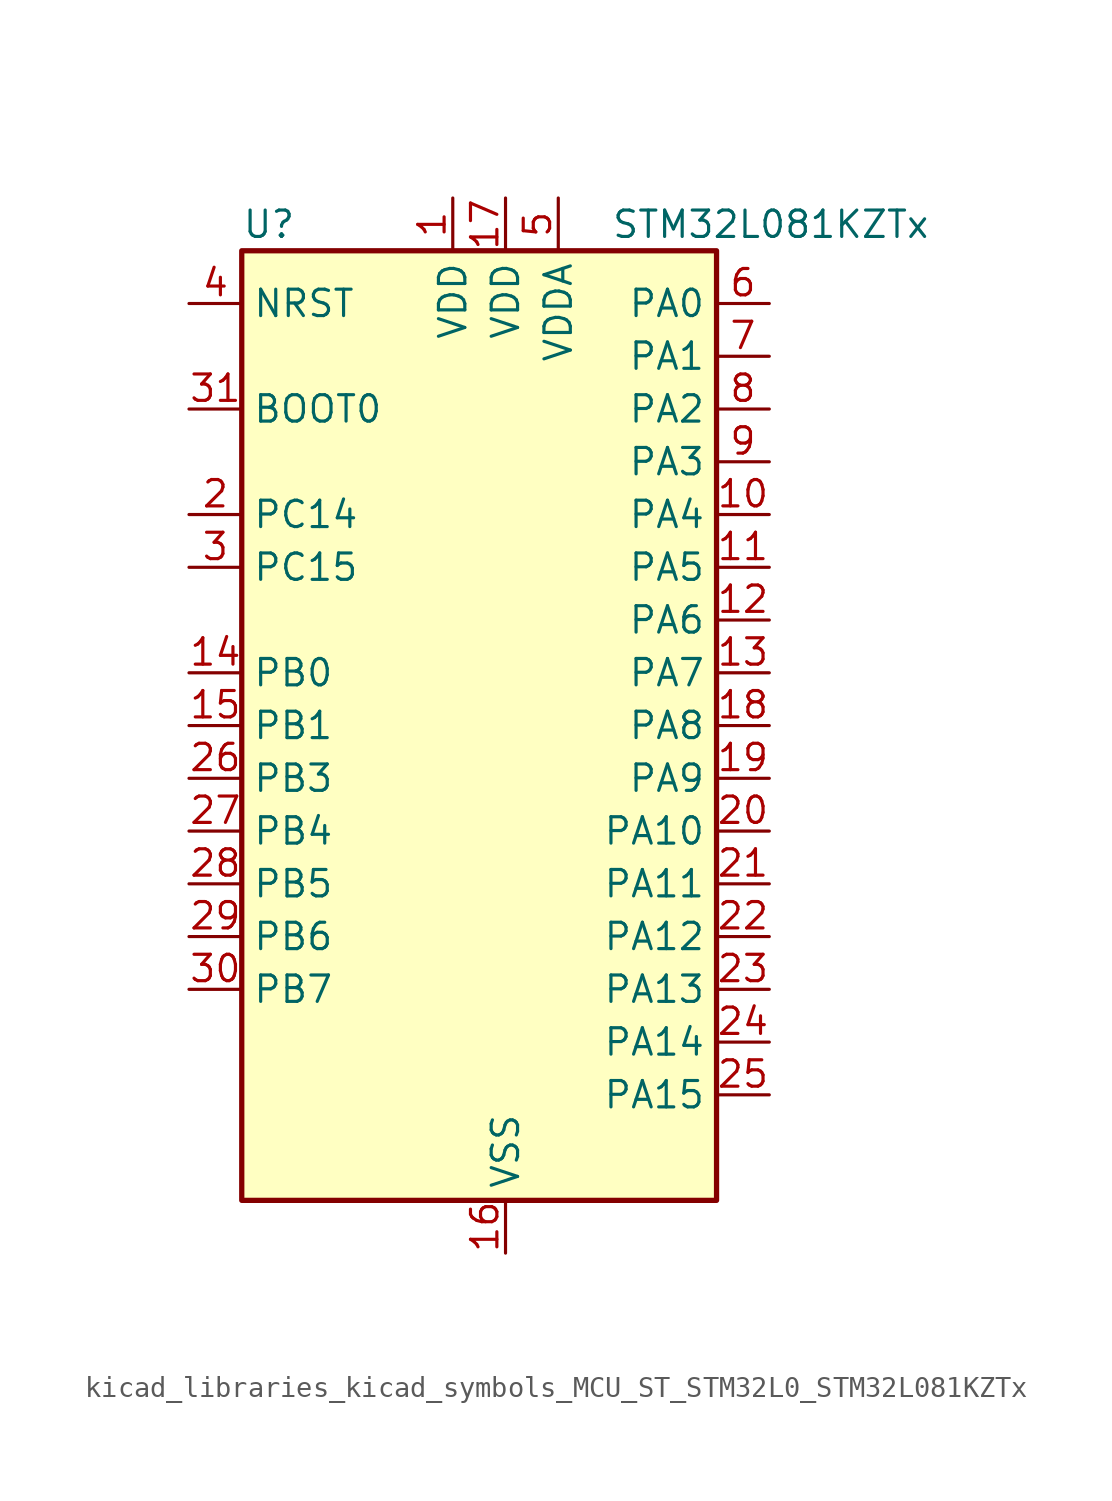
<source format=kicad_sym>
(kicad_symbol_lib
  (version 20220914)
  (generator kicad_symbol_editor)
  (symbol "kicad_libraries_kicad_symbols_MCU_ST_STM32L0_STM32L081KZTx"
    (property "Reference" "U"
      (at -10.16 24.13 0)
      (effects (font (size 1.27 1.27)) (justify left)))
    (property "Value" "STM32L081KZTx"
      (at 7.62 24.13 0)
      (effects (font (size 1.27 1.27)) (justify left)))
    (property "ki_locked" ""
      (at 0 0 0)
      (effects (font (size 1.27 1.27))))
    (symbol "kicad_libraries_kicad_symbols_MCU_ST_STM32L0_STM32L081KZTx_0_1"
      (rectangle (start -10.16 -22.86) (end 12.7 22.86) (stroke (width 0.254) (type default)) (fill (type background))))
    (symbol "kicad_libraries_kicad_symbols_MCU_ST_STM32L0_STM32L081KZTx_1_1"
      (pin power_in line (at 0 25.4 270) (length 2.54) (name "VDD" (effects (font (size 1.27 1.27)))) (number "1" (effects (font (size 1.27 1.27)))))
      (pin bidirectional line (at 15.24 10.16 180) (length 2.54) (name "PA4" (effects (font (size 1.27 1.27)))) (number "10" (effects (font (size 1.27 1.27)))) (alternate "ADC_IN4" bidirectional line) (alternate "COMP1_INM" bidirectional line) (alternate "COMP2_INM" bidirectional line) (alternate "SPI1_NSS" bidirectional line) (alternate "TIM22_ETR" bidirectional line) (alternate "USART2_CK" bidirectional line))
      (pin bidirectional line (at 15.24 7.62 180) (length 2.54) (name "PA5" (effects (font (size 1.27 1.27)))) (number "11" (effects (font (size 1.27 1.27)))) (alternate "ADC_IN5" bidirectional line) (alternate "COMP1_INM" bidirectional line) (alternate "COMP2_INM" bidirectional line) (alternate "SPI1_SCK" bidirectional line) (alternate "TIM2_CH1" bidirectional line) (alternate "TIM2_ETR" bidirectional line))
      (pin bidirectional line (at 15.24 5.08 180) (length 2.54) (name "PA6" (effects (font (size 1.27 1.27)))) (number "12" (effects (font (size 1.27 1.27)))) (alternate "ADC_IN6" bidirectional line) (alternate "COMP1_OUT" bidirectional line) (alternate "LPUART1_CTS" bidirectional line) (alternate "SPI1_MISO" bidirectional line) (alternate "TIM22_CH1" bidirectional line) (alternate "TIM3_CH1" bidirectional line))
      (pin bidirectional line (at 15.24 2.54 180) (length 2.54) (name "PA7" (effects (font (size 1.27 1.27)))) (number "13" (effects (font (size 1.27 1.27)))) (alternate "ADC_IN7" bidirectional line) (alternate "COMP2_OUT" bidirectional line) (alternate "SPI1_MOSI" bidirectional line) (alternate "TIM22_CH2" bidirectional line) (alternate "TIM3_CH2" bidirectional line))
      (pin bidirectional line (at -12.7 2.54 0) (length 2.54) (name "PB0" (effects (font (size 1.27 1.27)))) (number "14" (effects (font (size 1.27 1.27)))) (alternate "ADC_IN8" bidirectional line) (alternate "SYS_VREF_OUT_PB0" bidirectional line) (alternate "TIM3_CH3" bidirectional line))
      (pin bidirectional line (at -12.7 0 0) (length 2.54) (name "PB1" (effects (font (size 1.27 1.27)))) (number "15" (effects (font (size 1.27 1.27)))) (alternate "ADC_IN9" bidirectional line) (alternate "LPUART1_DE" bidirectional line) (alternate "LPUART1_RTS" bidirectional line) (alternate "SYS_VREF_OUT_PB1" bidirectional line) (alternate "TIM3_CH4" bidirectional line))
      (pin power_in line (at 2.54 -25.4 90) (length 2.54) (name "VSS" (effects (font (size 1.27 1.27)))) (number "16" (effects (font (size 1.27 1.27)))))
      (pin power_in line (at 2.54 25.4 270) (length 2.54) (name "VDD" (effects (font (size 1.27 1.27)))) (number "17" (effects (font (size 1.27 1.27)))))
      (pin bidirectional line (at 15.24 0 180) (length 2.54) (name "PA8" (effects (font (size 1.27 1.27)))) (number "18" (effects (font (size 1.27 1.27)))) (alternate "I2C3_SCL" bidirectional line) (alternate "RCC_MCO" bidirectional line) (alternate "USART1_CK" bidirectional line))
      (pin bidirectional line (at 15.24 -2.54 180) (length 2.54) (name "PA9" (effects (font (size 1.27 1.27)))) (number "19" (effects (font (size 1.27 1.27)))) (alternate "I2C1_SCL" bidirectional line) (alternate "I2C3_SMBA" bidirectional line) (alternate "RCC_MCO" bidirectional line) (alternate "USART1_TX" bidirectional line))
      (pin bidirectional line (at -12.7 10.16 0) (length 2.54) (name "PC14" (effects (font (size 1.27 1.27)))) (number "2" (effects (font (size 1.27 1.27)))) (alternate "RCC_OSC32_IN" bidirectional line))
      (pin bidirectional line (at 15.24 -5.08 180) (length 2.54) (name "PA10" (effects (font (size 1.27 1.27)))) (number "20" (effects (font (size 1.27 1.27)))) (alternate "I2C1_SDA" bidirectional line) (alternate "USART1_RX" bidirectional line))
      (pin bidirectional line (at 15.24 -7.62 180) (length 2.54) (name "PA11" (effects (font (size 1.27 1.27)))) (number "21" (effects (font (size 1.27 1.27)))) (alternate "ADC_EXTI11" bidirectional line) (alternate "COMP1_OUT" bidirectional line) (alternate "SPI1_MISO" bidirectional line) (alternate "USART1_CTS" bidirectional line))
      (pin bidirectional line (at 15.24 -10.16 180) (length 2.54) (name "PA12" (effects (font (size 1.27 1.27)))) (number "22" (effects (font (size 1.27 1.27)))) (alternate "COMP2_OUT" bidirectional line) (alternate "SPI1_MOSI" bidirectional line) (alternate "USART1_DE" bidirectional line) (alternate "USART1_RTS" bidirectional line))
      (pin bidirectional line (at 15.24 -12.7 180) (length 2.54) (name "PA13" (effects (font (size 1.27 1.27)))) (number "23" (effects (font (size 1.27 1.27)))) (alternate "LPUART1_RX" bidirectional line) (alternate "SYS_SWDIO" bidirectional line))
      (pin bidirectional line (at 15.24 -15.24 180) (length 2.54) (name "PA14" (effects (font (size 1.27 1.27)))) (number "24" (effects (font (size 1.27 1.27)))) (alternate "LPUART1_TX" bidirectional line) (alternate "SYS_SWCLK" bidirectional line) (alternate "USART2_TX" bidirectional line))
      (pin bidirectional line (at 15.24 -17.78 180) (length 2.54) (name "PA15" (effects (font (size 1.27 1.27)))) (number "25" (effects (font (size 1.27 1.27)))) (alternate "SPI1_NSS" bidirectional line) (alternate "TIM2_CH1" bidirectional line) (alternate "TIM2_ETR" bidirectional line) (alternate "USART2_RX" bidirectional line) (alternate "USART4_DE" bidirectional line) (alternate "USART4_RTS" bidirectional line))
      (pin bidirectional line (at -12.7 -2.54 0) (length 2.54) (name "PB3" (effects (font (size 1.27 1.27)))) (number "26" (effects (font (size 1.27 1.27)))) (alternate "COMP2_INM" bidirectional line) (alternate "SPI1_SCK" bidirectional line) (alternate "TIM2_CH2" bidirectional line) (alternate "USART1_DE" bidirectional line) (alternate "USART1_RTS" bidirectional line) (alternate "USART5_TX" bidirectional line))
      (pin bidirectional line (at -12.7 -5.08 0) (length 2.54) (name "PB4" (effects (font (size 1.27 1.27)))) (number "27" (effects (font (size 1.27 1.27)))) (alternate "COMP2_INP" bidirectional line) (alternate "I2C3_SDA" bidirectional line) (alternate "SPI1_MISO" bidirectional line) (alternate "TIM22_CH1" bidirectional line) (alternate "TIM3_CH1" bidirectional line) (alternate "USART1_CTS" bidirectional line) (alternate "USART5_RX" bidirectional line))
      (pin bidirectional line (at -12.7 -7.62 0) (length 2.54) (name "PB5" (effects (font (size 1.27 1.27)))) (number "28" (effects (font (size 1.27 1.27)))) (alternate "COMP2_INP" bidirectional line) (alternate "I2C1_SMBA" bidirectional line) (alternate "LPTIM1_IN1" bidirectional line) (alternate "SPI1_MOSI" bidirectional line) (alternate "TIM22_CH2" bidirectional line) (alternate "TIM3_CH2" bidirectional line) (alternate "USART1_CK" bidirectional line) (alternate "USART5_CK" bidirectional line) (alternate "USART5_DE" bidirectional line) (alternate "USART5_RTS" bidirectional line))
      (pin bidirectional line (at -12.7 -10.16 0) (length 2.54) (name "PB6" (effects (font (size 1.27 1.27)))) (number "29" (effects (font (size 1.27 1.27)))) (alternate "COMP2_INP" bidirectional line) (alternate "I2C1_SCL" bidirectional line) (alternate "LPTIM1_ETR" bidirectional line) (alternate "USART1_TX" bidirectional line))
      (pin bidirectional line (at -12.7 7.62 0) (length 2.54) (name "PC15" (effects (font (size 1.27 1.27)))) (number "3" (effects (font (size 1.27 1.27)))) (alternate "RCC_OSC32_OUT" bidirectional line))
      (pin bidirectional line (at -12.7 -12.7 0) (length 2.54) (name "PB7" (effects (font (size 1.27 1.27)))) (number "30" (effects (font (size 1.27 1.27)))) (alternate "COMP2_INP" bidirectional line) (alternate "I2C1_SDA" bidirectional line) (alternate "LPTIM1_IN2" bidirectional line) (alternate "SYS_PVD_IN" bidirectional line) (alternate "USART1_RX" bidirectional line) (alternate "USART4_CTS" bidirectional line))
      (pin input line (at -12.7 15.24 0) (length 2.54) (name "BOOT0" (effects (font (size 1.27 1.27)))) (number "31" (effects (font (size 1.27 1.27)))))
      (pin passive line (at 2.54 -25.4 90) (length 2.54) hide (name "VSS" (effects (font (size 1.27 1.27)))) (number "32" (effects (font (size 1.27 1.27)))))
      (pin input line (at -12.7 20.32 0) (length 2.54) (name "NRST" (effects (font (size 1.27 1.27)))) (number "4" (effects (font (size 1.27 1.27)))))
      (pin power_in line (at 5.08 25.4 270) (length 2.54) (name "VDDA" (effects (font (size 1.27 1.27)))) (number "5" (effects (font (size 1.27 1.27)))))
      (pin bidirectional line (at 15.24 20.32 180) (length 2.54) (name "PA0" (effects (font (size 1.27 1.27)))) (number "6" (effects (font (size 1.27 1.27)))) (alternate "ADC_IN0" bidirectional line) (alternate "COMP1_INM" bidirectional line) (alternate "COMP1_OUT" bidirectional line) (alternate "RTC_TAMP2" bidirectional line) (alternate "SYS_WKUP1" bidirectional line) (alternate "TIM2_CH1" bidirectional line) (alternate "TIM2_ETR" bidirectional line) (alternate "USART2_CTS" bidirectional line) (alternate "USART4_TX" bidirectional line))
      (pin bidirectional line (at 15.24 17.78 180) (length 2.54) (name "PA1" (effects (font (size 1.27 1.27)))) (number "7" (effects (font (size 1.27 1.27)))) (alternate "ADC_IN1" bidirectional line) (alternate "COMP1_INP" bidirectional line) (alternate "TIM21_ETR" bidirectional line) (alternate "TIM2_CH2" bidirectional line) (alternate "USART2_DE" bidirectional line) (alternate "USART2_RTS" bidirectional line) (alternate "USART4_RX" bidirectional line))
      (pin bidirectional line (at 15.24 15.24 180) (length 2.54) (name "PA2" (effects (font (size 1.27 1.27)))) (number "8" (effects (font (size 1.27 1.27)))) (alternate "ADC_IN2" bidirectional line) (alternate "COMP2_INM" bidirectional line) (alternate "COMP2_OUT" bidirectional line) (alternate "LPUART1_TX" bidirectional line) (alternate "TIM21_CH1" bidirectional line) (alternate "TIM2_CH3" bidirectional line) (alternate "USART2_TX" bidirectional line))
      (pin bidirectional line (at 15.24 12.7 180) (length 2.54) (name "PA3" (effects (font (size 1.27 1.27)))) (number "9" (effects (font (size 1.27 1.27)))) (alternate "ADC_IN3" bidirectional line) (alternate "COMP2_INP" bidirectional line) (alternate "LPUART1_RX" bidirectional line) (alternate "TIM21_CH2" bidirectional line) (alternate "TIM2_CH4" bidirectional line) (alternate "USART2_RX" bidirectional line)))))
</source>
